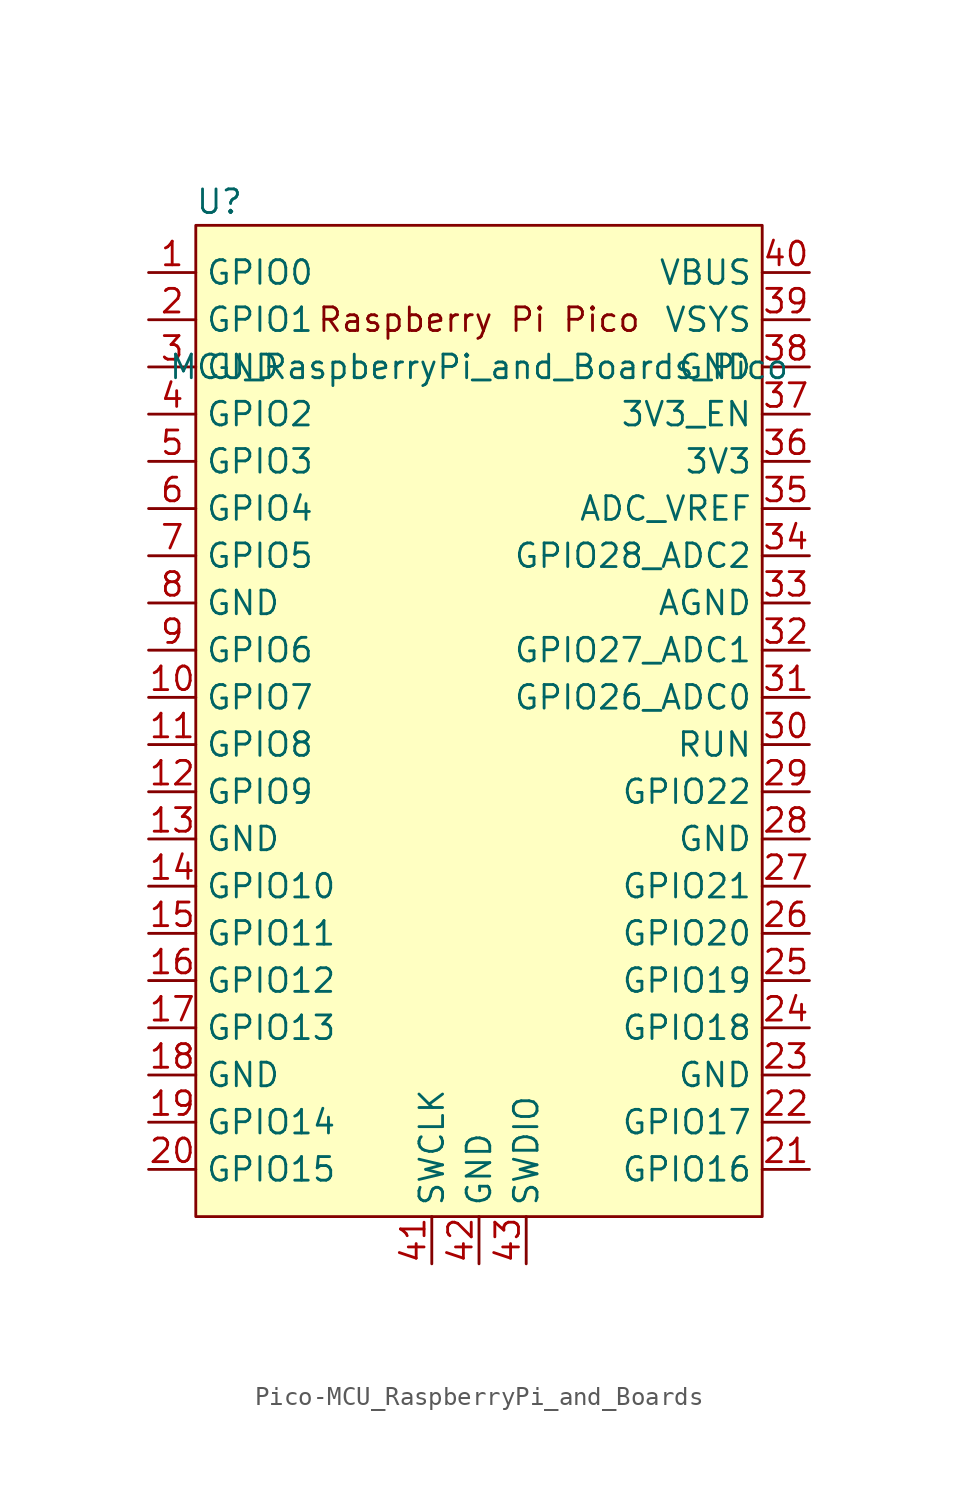
<source format=kicad_sym>
(kicad_symbol_lib
  (version 20220914)
  (generator kicad_symbol_editor)
  (symbol "Pico-MCU_RaspberryPi_and_Boards"
    (property "Reference" "U"
      (at -13.97 27.94 0)
      (effects (font (size 1.27 1.27))))
    (property "Value" "MCU_RaspberryPi_and_Boards_Pico"
      (at 0 19.05 0)
      (effects (font (size 1.27 1.27))))
    (symbol "Pico-MCU_RaspberryPi_and_Boards_0_0"
      (text "Raspberry Pi Pico" (at 0 21.59 0) (effects (font (size 1.27 1.27)))))
    (symbol "Pico-MCU_RaspberryPi_and_Boards_0_1"
      (rectangle (start -15.24 26.67) (end 15.24 -26.67) (stroke (width 0) (type solid)) (fill (type background))))
    (symbol "Pico-MCU_RaspberryPi_and_Boards_1_1"
      (pin bidirectional line (at -17.78 24.13 0) (length 2.54) (name "GPIO0" (effects (font (size 1.27 1.27)))) (number "1" (effects (font (size 1.27 1.27)))))
      (pin bidirectional line (at -17.78 1.27 0) (length 2.54) (name "GPIO7" (effects (font (size 1.27 1.27)))) (number "10" (effects (font (size 1.27 1.27)))))
      (pin bidirectional line (at -17.78 -1.27 0) (length 2.54) (name "GPIO8" (effects (font (size 1.27 1.27)))) (number "11" (effects (font (size 1.27 1.27)))))
      (pin bidirectional line (at -17.78 -3.81 0) (length 2.54) (name "GPIO9" (effects (font (size 1.27 1.27)))) (number "12" (effects (font (size 1.27 1.27)))))
      (pin power_in line (at -17.78 -6.35 0) (length 2.54) (name "GND" (effects (font (size 1.27 1.27)))) (number "13" (effects (font (size 1.27 1.27)))))
      (pin bidirectional line (at -17.78 -8.89 0) (length 2.54) (name "GPIO10" (effects (font (size 1.27 1.27)))) (number "14" (effects (font (size 1.27 1.27)))))
      (pin bidirectional line (at -17.78 -11.43 0) (length 2.54) (name "GPIO11" (effects (font (size 1.27 1.27)))) (number "15" (effects (font (size 1.27 1.27)))))
      (pin bidirectional line (at -17.78 -13.97 0) (length 2.54) (name "GPIO12" (effects (font (size 1.27 1.27)))) (number "16" (effects (font (size 1.27 1.27)))))
      (pin bidirectional line (at -17.78 -16.51 0) (length 2.54) (name "GPIO13" (effects (font (size 1.27 1.27)))) (number "17" (effects (font (size 1.27 1.27)))))
      (pin power_in line (at -17.78 -19.05 0) (length 2.54) (name "GND" (effects (font (size 1.27 1.27)))) (number "18" (effects (font (size 1.27 1.27)))))
      (pin bidirectional line (at -17.78 -21.59 0) (length 2.54) (name "GPIO14" (effects (font (size 1.27 1.27)))) (number "19" (effects (font (size 1.27 1.27)))))
      (pin bidirectional line (at -17.78 21.59 0) (length 2.54) (name "GPIO1" (effects (font (size 1.27 1.27)))) (number "2" (effects (font (size 1.27 1.27)))))
      (pin bidirectional line (at -17.78 -24.13 0) (length 2.54) (name "GPIO15" (effects (font (size 1.27 1.27)))) (number "20" (effects (font (size 1.27 1.27)))))
      (pin bidirectional line (at 17.78 -24.13 180) (length 2.54) (name "GPIO16" (effects (font (size 1.27 1.27)))) (number "21" (effects (font (size 1.27 1.27)))))
      (pin bidirectional line (at 17.78 -21.59 180) (length 2.54) (name "GPIO17" (effects (font (size 1.27 1.27)))) (number "22" (effects (font (size 1.27 1.27)))))
      (pin power_in line (at 17.78 -19.05 180) (length 2.54) (name "GND" (effects (font (size 1.27 1.27)))) (number "23" (effects (font (size 1.27 1.27)))))
      (pin bidirectional line (at 17.78 -16.51 180) (length 2.54) (name "GPIO18" (effects (font (size 1.27 1.27)))) (number "24" (effects (font (size 1.27 1.27)))))
      (pin bidirectional line (at 17.78 -13.97 180) (length 2.54) (name "GPIO19" (effects (font (size 1.27 1.27)))) (number "25" (effects (font (size 1.27 1.27)))))
      (pin bidirectional line (at 17.78 -11.43 180) (length 2.54) (name "GPIO20" (effects (font (size 1.27 1.27)))) (number "26" (effects (font (size 1.27 1.27)))))
      (pin bidirectional line (at 17.78 -8.89 180) (length 2.54) (name "GPIO21" (effects (font (size 1.27 1.27)))) (number "27" (effects (font (size 1.27 1.27)))))
      (pin power_in line (at 17.78 -6.35 180) (length 2.54) (name "GND" (effects (font (size 1.27 1.27)))) (number "28" (effects (font (size 1.27 1.27)))))
      (pin bidirectional line (at 17.78 -3.81 180) (length 2.54) (name "GPIO22" (effects (font (size 1.27 1.27)))) (number "29" (effects (font (size 1.27 1.27)))))
      (pin power_in line (at -17.78 19.05 0) (length 2.54) (name "GND" (effects (font (size 1.27 1.27)))) (number "3" (effects (font (size 1.27 1.27)))))
      (pin input line (at 17.78 -1.27 180) (length 2.54) (name "RUN" (effects (font (size 1.27 1.27)))) (number "30" (effects (font (size 1.27 1.27)))))
      (pin bidirectional line (at 17.78 1.27 180) (length 2.54) (name "GPIO26_ADC0" (effects (font (size 1.27 1.27)))) (number "31" (effects (font (size 1.27 1.27)))))
      (pin bidirectional line (at 17.78 3.81 180) (length 2.54) (name "GPIO27_ADC1" (effects (font (size 1.27 1.27)))) (number "32" (effects (font (size 1.27 1.27)))))
      (pin power_in line (at 17.78 6.35 180) (length 2.54) (name "AGND" (effects (font (size 1.27 1.27)))) (number "33" (effects (font (size 1.27 1.27)))))
      (pin bidirectional line (at 17.78 8.89 180) (length 2.54) (name "GPIO28_ADC2" (effects (font (size 1.27 1.27)))) (number "34" (effects (font (size 1.27 1.27)))))
      (pin power_in line (at 17.78 11.43 180) (length 2.54) (name "ADC_VREF" (effects (font (size 1.27 1.27)))) (number "35" (effects (font (size 1.27 1.27)))))
      (pin power_in line (at 17.78 13.97 180) (length 2.54) (name "3V3" (effects (font (size 1.27 1.27)))) (number "36" (effects (font (size 1.27 1.27)))))
      (pin input line (at 17.78 16.51 180) (length 2.54) (name "3V3_EN" (effects (font (size 1.27 1.27)))) (number "37" (effects (font (size 1.27 1.27)))))
      (pin bidirectional line (at 17.78 19.05 180) (length 2.54) (name "GND" (effects (font (size 1.27 1.27)))) (number "38" (effects (font (size 1.27 1.27)))))
      (pin power_in line (at 17.78 21.59 180) (length 2.54) (name "VSYS" (effects (font (size 1.27 1.27)))) (number "39" (effects (font (size 1.27 1.27)))))
      (pin bidirectional line (at -17.78 16.51 0) (length 2.54) (name "GPIO2" (effects (font (size 1.27 1.27)))) (number "4" (effects (font (size 1.27 1.27)))))
      (pin power_in line (at 17.78 24.13 180) (length 2.54) (name "VBUS" (effects (font (size 1.27 1.27)))) (number "40" (effects (font (size 1.27 1.27)))))
      (pin input line (at -2.54 -29.21 90) (length 2.54) (name "SWCLK" (effects (font (size 1.27 1.27)))) (number "41" (effects (font (size 1.27 1.27)))))
      (pin power_in line (at 0 -29.21 90) (length 2.54) (name "GND" (effects (font (size 1.27 1.27)))) (number "42" (effects (font (size 1.27 1.27)))))
      (pin bidirectional line (at 2.54 -29.21 90) (length 2.54) (name "SWDIO" (effects (font (size 1.27 1.27)))) (number "43" (effects (font (size 1.27 1.27)))))
      (pin bidirectional line (at -17.78 13.97 0) (length 2.54) (name "GPIO3" (effects (font (size 1.27 1.27)))) (number "5" (effects (font (size 1.27 1.27)))))
      (pin bidirectional line (at -17.78 11.43 0) (length 2.54) (name "GPIO4" (effects (font (size 1.27 1.27)))) (number "6" (effects (font (size 1.27 1.27)))))
      (pin bidirectional line (at -17.78 8.89 0) (length 2.54) (name "GPIO5" (effects (font (size 1.27 1.27)))) (number "7" (effects (font (size 1.27 1.27)))))
      (pin power_in line (at -17.78 6.35 0) (length 2.54) (name "GND" (effects (font (size 1.27 1.27)))) (number "8" (effects (font (size 1.27 1.27)))))
      (pin bidirectional line (at -17.78 3.81 0) (length 2.54) (name "GPIO6" (effects (font (size 1.27 1.27)))) (number "9" (effects (font (size 1.27 1.27))))))))
</source>
